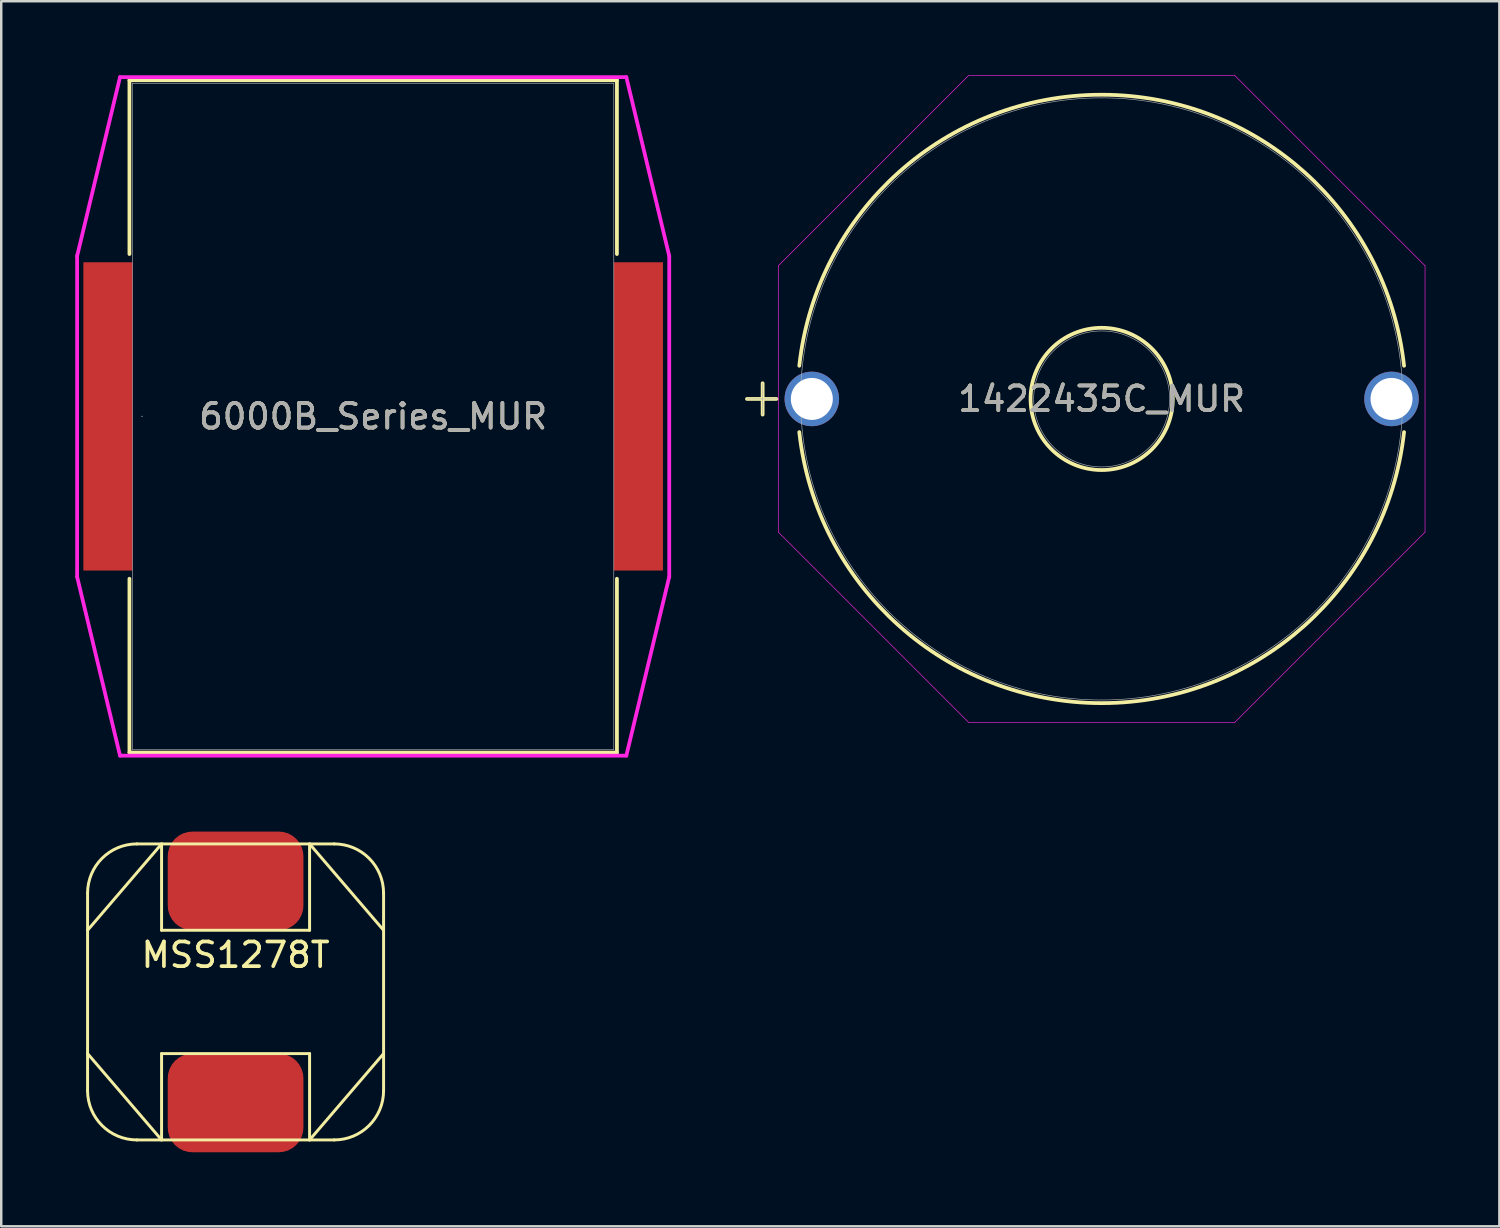
<source format=kicad_pcb>
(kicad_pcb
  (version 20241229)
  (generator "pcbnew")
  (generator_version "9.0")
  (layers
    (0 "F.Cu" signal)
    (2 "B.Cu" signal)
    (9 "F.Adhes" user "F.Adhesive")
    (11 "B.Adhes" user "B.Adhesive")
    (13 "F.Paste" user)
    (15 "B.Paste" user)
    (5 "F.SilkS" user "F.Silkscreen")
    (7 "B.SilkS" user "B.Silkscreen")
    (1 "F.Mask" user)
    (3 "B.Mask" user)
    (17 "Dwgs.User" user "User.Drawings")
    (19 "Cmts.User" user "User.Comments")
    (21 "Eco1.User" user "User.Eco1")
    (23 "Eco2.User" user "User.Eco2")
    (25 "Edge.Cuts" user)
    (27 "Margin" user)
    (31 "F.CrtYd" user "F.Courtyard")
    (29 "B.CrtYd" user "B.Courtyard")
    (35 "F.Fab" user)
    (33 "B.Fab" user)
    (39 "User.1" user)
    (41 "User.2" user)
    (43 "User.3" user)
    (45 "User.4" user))
  (footprint "1422435C_MUR"
    (layer "F.Cu")
    (at 29.86 13.122)
    (property "Reference" "1422435C_MUR" (at 11.75 0 0) (unlocked yes) (layer "F.SilkS") (effects (font (size 1 1) (thickness 0.15))))
    (attr through_hole)
    (fp_line (start -2.629 0) (end -1.438 0) (stroke (width 0.152) (type solid)) (layer "F.SilkS"))
    (fp_line (start -1.994 -0.635) (end -1.994 0.635) (stroke (width 0.152) (type solid)) (layer "F.SilkS"))
    (fp_arc (start -0.508152 -1.34483) (mid 11.749995 -12.3317) (end 24.008149 -1.344839) (stroke (width 0.1524) (type solid)) (layer "F.SilkS"))
    (fp_arc (start 24.008148 1.344848) (mid 11.749997 12.3317) (end -0.50815 1.344845) (stroke (width 0.1524) (type solid)) (layer "F.SilkS"))
    (fp_circle (center 11.75 0) (end 14.633 0) (stroke (width 0.152) (type solid)) (fill no) (layer "F.SilkS"))
    (fp_line (start -1.359 -5.398) (end 6.352 -13.109) (stroke (width 0.025) (type solid)) (layer "F.CrtYd"))
    (fp_line (start -1.359 5.398) (end -1.359 -5.398) (stroke (width 0.025) (type solid)) (layer "F.CrtYd"))
    (fp_line (start 6.352 -13.109) (end 17.148 -13.109) (stroke (width 0.025) (type solid)) (layer "F.CrtYd"))
    (fp_line (start 6.352 13.109) (end -1.359 5.398) (stroke (width 0.025) (type solid)) (layer "F.CrtYd"))
    (fp_line (start 17.148 -13.109) (end 24.859 -5.398) (stroke (width 0.025) (type solid)) (layer "F.CrtYd"))
    (fp_line (start 17.148 13.109) (end 6.352 13.109) (stroke (width 0.025) (type solid)) (layer "F.CrtYd"))
    (fp_line (start 24.859 -5.398) (end 24.859 5.398) (stroke (width 0.025) (type solid)) (layer "F.CrtYd"))
    (fp_line (start 24.859 5.398) (end 17.148 13.109) (stroke (width 0.025) (type solid)) (layer "F.CrtYd"))
    (fp_line (start -2.629 0) (end -1.359 0) (stroke (width 0.025) (type solid)) (layer "F.Fab"))
    (fp_line (start -1.994 -0.635) (end -1.994 0.635) (stroke (width 0.025) (type solid)) (layer "F.Fab"))
    (fp_circle (center 11.75 0) (end 14.506 0) (stroke (width 0.025) (type solid)) (fill no) (layer "F.Fab"))
    (fp_circle (center 11.75 0) (end 23.955 0) (stroke (width 0.025) (type solid)) (fill no) (layer "F.Fab"))
    (fp_text user "${REFERENCE}" (at 11.75 0 0) (unlocked yes) (layer "F.Fab") (effects (font (size 1 1) (thickness 0.15))))
    (pad "1" thru_hole circle (at 0 0) (size 2.21 2.21) (drill 1.702) (layers "*.Cu" "*.Mask"))
    (pad "2" thru_hole circle (at 23.5 0) (size 2.21 2.21) (drill 1.702) (layers "*.Cu" "*.Mask")))
  (footprint "6000B_Series_MUR"
    (layer "F.Cu")
    (at 12.078 13.83)
    (property "Reference" "6000B_Series_MUR" (at 0 0 0) (unlocked yes) (layer "F.SilkS") (effects (font (size 1 1) (thickness 0.15))))
    (attr smd)
    (fp_line (start -9.881 -13.627) (end 9.881 -13.627) (stroke (width 0.152) (type solid)) (layer "F.SilkS"))
    (fp_line (start -9.881 -6.581) (end -9.881 -13.627) (stroke (width 0.152) (type solid)) (layer "F.SilkS"))
    (fp_line (start -9.881 13.627) (end -9.881 6.581) (stroke (width 0.152) (type solid)) (layer "F.SilkS"))
    (fp_line (start 9.881 -13.627) (end 9.881 -6.581) (stroke (width 0.152) (type solid)) (layer "F.SilkS"))
    (fp_line (start 9.881 6.581) (end 9.881 13.627) (stroke (width 0.152) (type solid)) (layer "F.SilkS"))
    (fp_line (start 9.881 13.627) (end -9.881 13.627) (stroke (width 0.152) (type solid)) (layer "F.SilkS"))
    (fp_line (start -12.002 -6.502) (end -10.262 -13.754) (stroke (width 0.152) (type solid)) (layer "F.CrtYd"))
    (fp_line (start -12.002 6.502) (end -12.002 -6.502) (stroke (width 0.152) (type solid)) (layer "F.CrtYd"))
    (fp_line (start -10.262 -13.754) (end 10.262 -13.754) (stroke (width 0.152) (type solid)) (layer "F.CrtYd"))
    (fp_line (start -10.262 13.754) (end -12.002 6.502) (stroke (width 0.152) (type solid)) (layer "F.CrtYd"))
    (fp_line (start 10.262 -13.754) (end 12.002 -6.502) (stroke (width 0.152) (type solid)) (layer "F.CrtYd"))
    (fp_line (start 10.262 13.754) (end -10.262 13.754) (stroke (width 0.152) (type solid)) (layer "F.CrtYd"))
    (fp_line (start 12.002 -6.502) (end 12.002 6.502) (stroke (width 0.152) (type solid)) (layer "F.CrtYd"))
    (fp_line (start 12.002 6.502) (end 10.262 13.754) (stroke (width 0.152) (type solid)) (layer "F.CrtYd"))
    (fp_line (start -9.754 -13.5) (end -9.754 -13.5) (stroke (width 0.025) (type solid)) (layer "F.Fab"))
    (fp_line (start -9.754 -13.5) (end 9.754 -13.5) (stroke (width 0.025) (type solid)) (layer "F.Fab"))
    (fp_line (start -9.754 13.5) (end -9.754 -13.5) (stroke (width 0.025) (type solid)) (layer "F.Fab"))
    (fp_line (start -9.754 13.5) (end -9.754 13.5) (stroke (width 0.025) (type solid)) (layer "F.Fab"))
    (fp_line (start 9.754 -13.5) (end 9.754 -13.5) (stroke (width 0.025) (type solid)) (layer "F.Fab"))
    (fp_line (start 9.754 -13.5) (end 9.754 13.5) (stroke (width 0.025) (type solid)) (layer "F.Fab"))
    (fp_line (start 9.754 13.5) (end -9.754 13.5) (stroke (width 0.025) (type solid)) (layer "F.Fab"))
    (fp_line (start 9.754 13.5) (end 9.754 13.5) (stroke (width 0.025) (type solid)) (layer "F.Fab"))
    (fp_circle (center -9.373 0) (end -9.373 0) (stroke (width 0.025) (type solid)) (fill no) (layer "F.Fab"))
    (fp_text user "${REFERENCE}" (at 0 0 0) (unlocked yes) (layer "F.Fab") (effects (font (size 1 1) (thickness 0.15))))
    (pad "1" smd rect (at -10.751 0) (size 1.994 12.497) (layers "F.Cu" "F.Mask" "F.Paste"))
    (pad "2" smd rect (at 10.751 0) (size 1.994 12.497) (layers "F.Cu" "F.Mask" "F.Paste"))
    (zone (net_name "") (layer "F.Cu") (hatch full 0.508) (connect_pads) (min_thickness 0.254) (filled_areas_thickness no) (keepout (tracks not_allowed) (vias not_allowed) (pads allowed) (copperpour not_allowed) (footprints allowed)) (placement (enabled no)) (fill) (polygon (pts (xy 2.375 0.381) (xy 21.78 0.381) (xy 21.78 27.28) (xy 2.375 27.28)))))
  (footprint "MSS1278T"
    (layer "F.Cu")
    (at 0.5 43.161)
    (property "Reference" "MSS1278T" (at 6 -7.5 0) (unlocked yes) (layer "F.SilkS") (effects (font (size 1 1) (thickness 0.15))))
    (attr smd)
    (fp_line (start 0 -10) (end 0 -2) (stroke (width 0.12) (type default)) (layer "F.SilkS"))
    (fp_line (start 2 0) (end 10 0) (stroke (width 0.12) (type default)) (layer "F.SilkS"))
    (fp_line (start 3 -12) (end 0 -8.5) (stroke (width 0.12) (type default)) (layer "F.SilkS"))
    (fp_line (start 3 -12) (end 3 -8.5) (stroke (width 0.12) (type default)) (layer "F.SilkS"))
    (fp_line (start 3 -8.5) (end 9 -8.5) (stroke (width 0.12) (type default)) (layer "F.SilkS"))
    (fp_line (start 3 -3.5) (end 9 -3.5) (stroke (width 0.12) (type default)) (layer "F.SilkS"))
    (fp_line (start 3 0) (end 0 -3.5) (stroke (width 0.12) (type default)) (layer "F.SilkS"))
    (fp_line (start 3 0) (end 3 -3.5) (stroke (width 0.12) (type default)) (layer "F.SilkS"))
    (fp_line (start 9 -12) (end 12 -8.5) (stroke (width 0.12) (type default)) (layer "F.SilkS"))
    (fp_line (start 9 -8.5) (end 9 -12) (stroke (width 0.12) (type default)) (layer "F.SilkS"))
    (fp_line (start 9 -3.5) (end 9 0) (stroke (width 0.12) (type default)) (layer "F.SilkS"))
    (fp_line (start 9 0) (end 12 -3.5) (stroke (width 0.12) (type default)) (layer "F.SilkS"))
    (fp_line (start 10 -12) (end 2 -12) (stroke (width 0.12) (type default)) (layer "F.SilkS"))
    (fp_line (start 12 -2) (end 12 -10) (stroke (width 0.12) (type default)) (layer "F.SilkS"))
    (fp_arc (start 0 -10) (mid 0.585786 -11.414214) (end 2 -12) (stroke (width 0.12) (type default)) (layer "F.SilkS"))
    (fp_arc (start 2 0) (mid 0.585786 -0.585786) (end 0 -2) (stroke (width 0.12) (type default)) (layer "F.SilkS"))
    (fp_arc (start 10 -12) (mid 11.414214 -11.414214) (end 12 -10) (stroke (width 0.12) (type default)) (layer "F.SilkS"))
    (fp_arc (start 12 -2) (mid 11.414214 -0.585786) (end 10 0) (stroke (width 0.12) (type default)) (layer "F.SilkS"))
    (pad "1" smd roundrect (at 6 -1.5) (size 5.5 4) (layers "F.Cu" "F.Mask" "F.Paste") (roundrect_rratio 0.25))
    (pad "2" smd roundrect (at 6 -10.5) (size 5.5 4) (layers "F.Cu" "F.Mask" "F.Paste") (roundrect_rratio 0.25))
    (zone (net_name "") (layers "F.Cu" "F.SilkS") (hatch edge 0.5) (connect_pads) (min_thickness 0.25) (filled_areas_thickness no) (keepout (tracks allowed) (vias allowed) (pads not_allowed) (copperpour allowed) (footprints not_allowed)) (placement (enabled no)) (fill) (polygon (pts (xy 0 43.661) (xy 13 43.661) (xy 13 30.661) (xy 0 30.661)))))
  (gr_rect
    (start -3 -3)
    (end 57.732 46.661)
    (stroke (width 0.1) (type default))
    (fill no)
    (layer "Edge.Cuts")))
</source>
